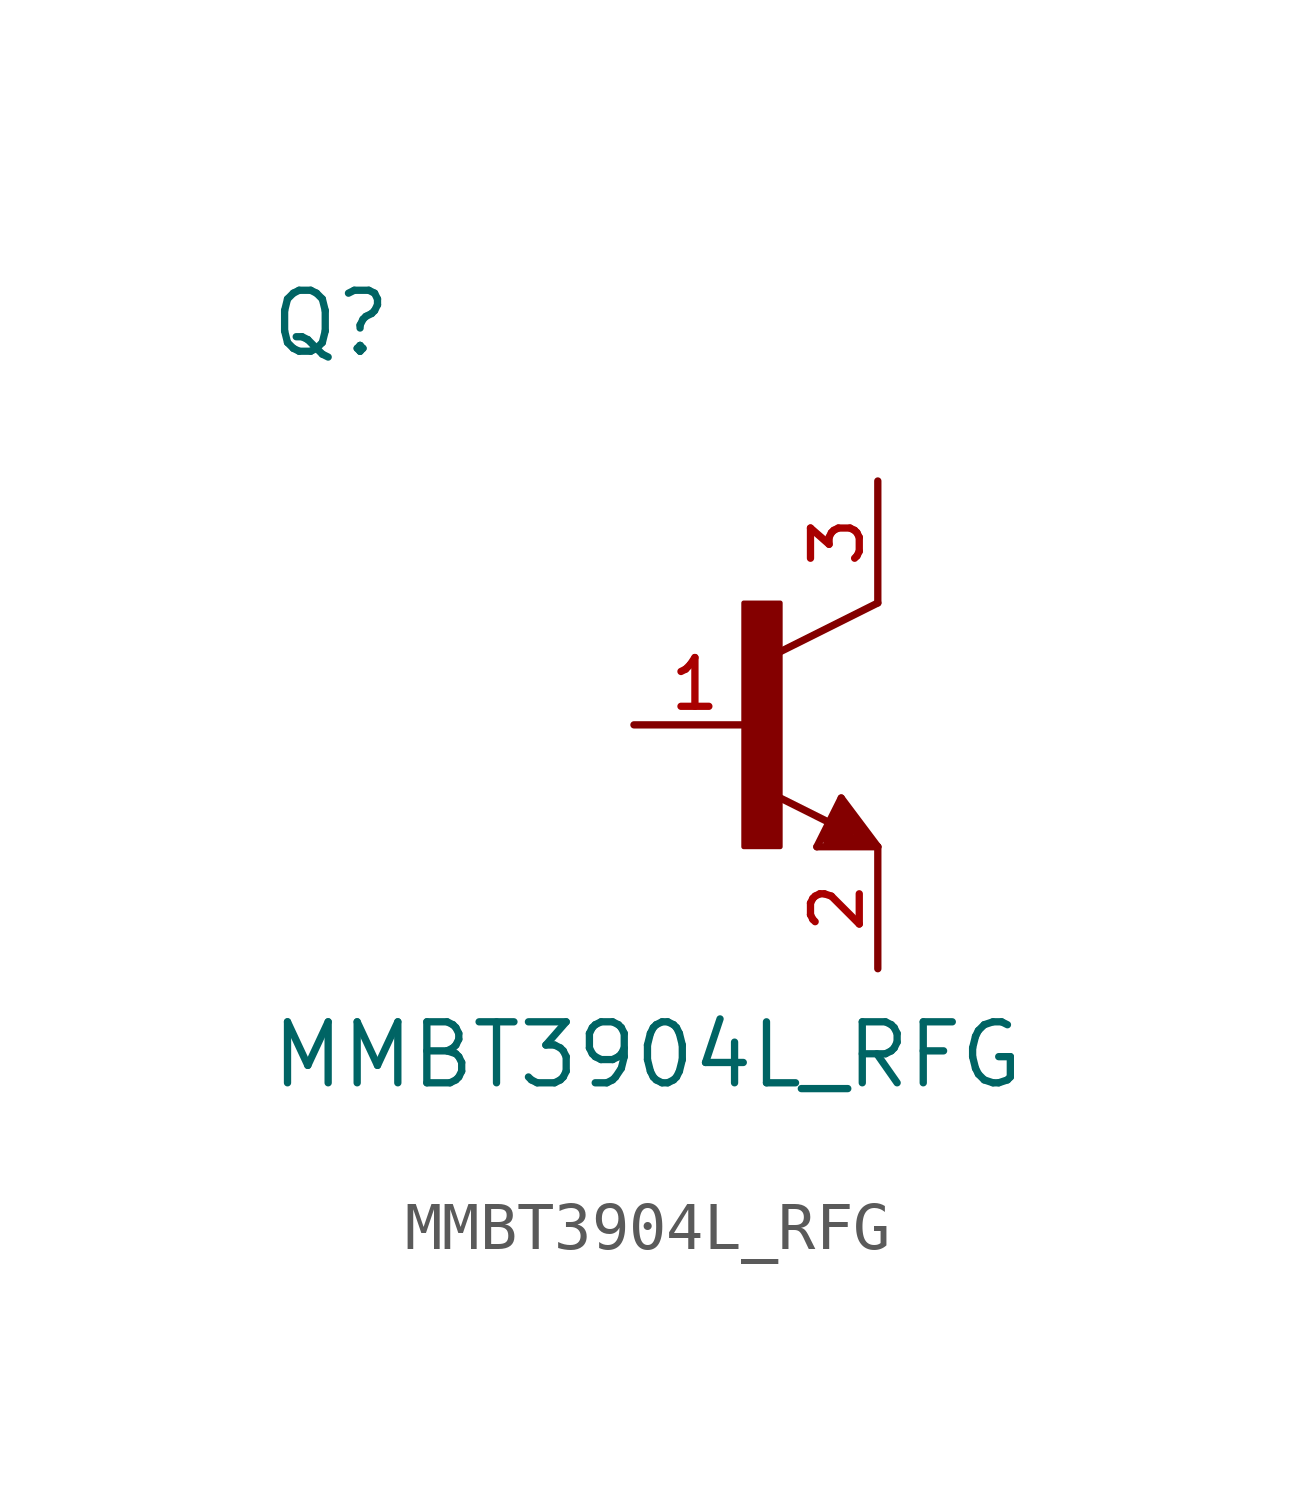
<source format=kicad_sym>
(kicad_symbol_lib
  (version 20211014)
  (generator kicad_symbol_editor)
  (symbol "MMBT3904L_RFG"
    (pin_names
      (offset 1.016))
    (property "Reference" "Q"
      (at -10.16 7.62 0)
      (effects (font (size 1.27 1.27)) (justify bottom left)))
    (property "Value" "MMBT3904L_RFG"
      (at -10.16 -7.62 0)
      (effects (font (size 1.27 1.27)) (justify bottom left)))
    (symbol "MMBT3904L_RFG_0_0"
      (polyline (pts (xy 2.54 2.54) (xy 0.508 1.524)) (stroke (width 0.152)))
      (polyline (pts (xy 1.778 -1.524) (xy 2.54 -2.54)) (stroke (width 0.152)))
      (polyline (pts (xy 2.54 -2.54) (xy 1.27 -2.54)) (stroke (width 0.152)))
      (polyline (pts (xy 1.27 -2.54) (xy 1.778 -1.524)) (stroke (width 0.152)))
      (polyline (pts (xy 1.54 -2.04) (xy 0.308 -1.424)) (stroke (width 0.152)))
      (polyline (pts (xy 1.524 -2.413) (xy 2.286 -2.413)) (stroke (width 0.254)))
      (polyline (pts (xy 2.286 -2.413) (xy 1.778 -1.778)) (stroke (width 0.254)))
      (polyline (pts (xy 1.778 -1.778) (xy 1.524 -2.286)) (stroke (width 0.254)))
      (polyline (pts (xy 1.524 -2.286) (xy 1.905 -2.286)) (stroke (width 0.254)))
      (polyline (pts (xy 1.905 -2.286) (xy 1.778 -2.032)) (stroke (width 0.254)))
      (rectangle (start -0.254 -2.54) (end 0.508 2.54) (stroke (width 0.1)) (fill (type outline)))
      (pin passive line (at -2.54 0.0 0) (length 2.54) (name "~" (effects (font (size 1.016 1.016)))) (number "1" (effects (font (size 1.016 1.016)))))
      (pin passive line (at 2.54 -5.08 90.0) (length 2.54) (name "~" (effects (font (size 1.016 1.016)))) (number "2" (effects (font (size 1.016 1.016)))))
      (pin passive line (at 2.54 5.08 270.0) (length 2.54) (name "~" (effects (font (size 1.016 1.016)))) (number "3" (effects (font (size 1.016 1.016))))))))
</source>
